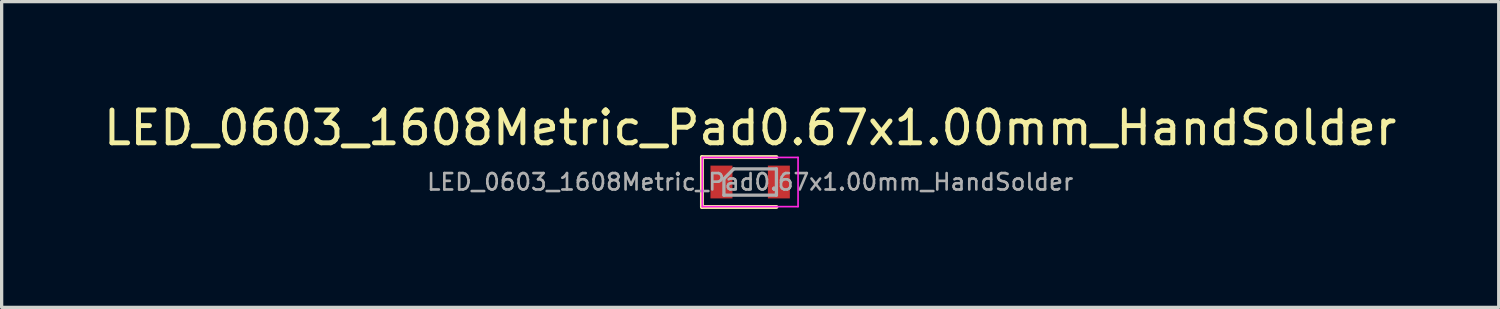
<source format=kicad_pcb>
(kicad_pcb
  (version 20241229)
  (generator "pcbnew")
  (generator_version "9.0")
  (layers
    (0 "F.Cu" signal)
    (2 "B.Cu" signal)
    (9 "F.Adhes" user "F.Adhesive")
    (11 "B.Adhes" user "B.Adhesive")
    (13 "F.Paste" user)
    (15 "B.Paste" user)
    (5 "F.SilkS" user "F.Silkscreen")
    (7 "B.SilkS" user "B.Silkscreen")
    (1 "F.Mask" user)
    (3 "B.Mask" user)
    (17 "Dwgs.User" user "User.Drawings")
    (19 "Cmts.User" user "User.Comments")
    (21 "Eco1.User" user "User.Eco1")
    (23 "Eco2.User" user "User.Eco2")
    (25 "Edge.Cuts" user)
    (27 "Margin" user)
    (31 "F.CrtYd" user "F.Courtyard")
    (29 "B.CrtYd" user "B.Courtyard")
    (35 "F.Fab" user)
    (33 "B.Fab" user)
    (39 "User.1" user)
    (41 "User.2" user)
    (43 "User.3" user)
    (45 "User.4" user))
  (footprint "LED_0603_1608Metric_Pad0.67x1.00mm_HandSolder"
    (layer "F.Cu")
    (at 19.815 2.498)
    (property "Reference" "LED_0603_1608Metric_Pad0.67x1.00mm_HandSolder" (at 0 -1.65 0) (layer "F.SilkS") (effects (font (size 1 1) (thickness 0.15))))
    (attr smd)
    (fp_line (start -1.47 -0.76) (end -1.47 0.76) (stroke (width 0.12) (type solid)) (layer "F.SilkS"))
    (fp_line (start -1.47 0.76) (end 0.8 0.76) (stroke (width 0.12) (type solid)) (layer "F.SilkS"))
    (fp_line (start 0.8 -0.76) (end -1.47 -0.76) (stroke (width 0.12) (type solid)) (layer "F.SilkS"))
    (fp_line (start -1.46 -0.75) (end 1.46 -0.75) (stroke (width 0.05) (type solid)) (layer "F.CrtYd"))
    (fp_line (start -1.46 0.75) (end -1.46 -0.75) (stroke (width 0.05) (type solid)) (layer "F.CrtYd"))
    (fp_line (start 1.46 -0.75) (end 1.46 0.75) (stroke (width 0.05) (type solid)) (layer "F.CrtYd"))
    (fp_line (start 1.46 0.75) (end -1.46 0.75) (stroke (width 0.05) (type solid)) (layer "F.CrtYd"))
    (fp_line (start -0.8 -0.1) (end -0.8 0.4) (stroke (width 0.1) (type solid)) (layer "F.Fab"))
    (fp_line (start -0.8 0.4) (end 0.8 0.4) (stroke (width 0.1) (type solid)) (layer "F.Fab"))
    (fp_line (start -0.5 -0.4) (end -0.8 -0.1) (stroke (width 0.1) (type solid)) (layer "F.Fab"))
    (fp_line (start 0.8 -0.4) (end -0.5 -0.4) (stroke (width 0.1) (type solid)) (layer "F.Fab"))
    (fp_line (start 0.8 0.4) (end 0.8 -0.4) (stroke (width 0.1) (type solid)) (layer "F.Fab"))
    (fp_text user "${REFERENCE}" (at 0 0 0) (layer "F.Fab") (effects (font (size 0.5 0.5) (thickness 0.08))))
    (pad "1" smd rect (at -0.875 0) (size 0.67 1) (layers "F.Cu" "F.Mask" "F.Paste"))
    (pad "2" smd rect (at 0.875 0) (size 0.67 1) (layers "F.Cu" "F.Mask" "F.Paste")))
  (gr_rect
    (start -3 -3)
    (end 42.631 6.318)
    (stroke (width 0.1) (type default))
    (fill no)
    (layer "Edge.Cuts")))
</source>
